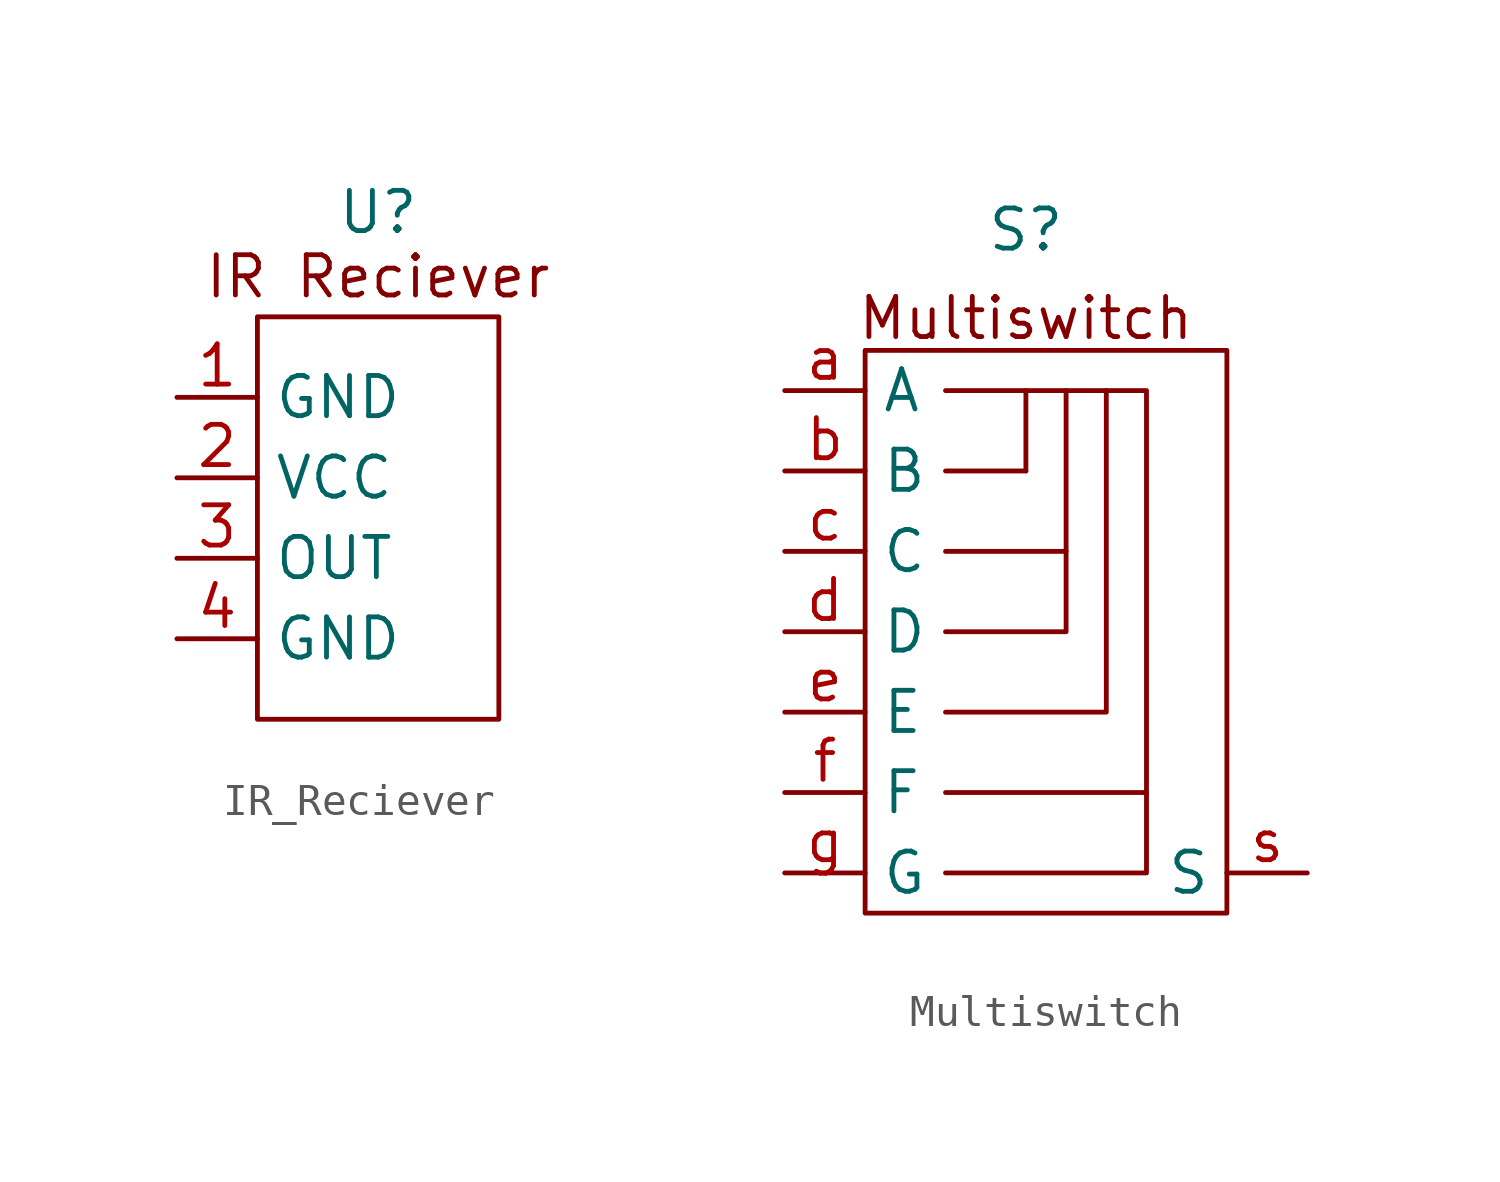
<source format=kicad_sym>
(kicad_symbol_lib
  (version 20231120)
  (generator "kicad_symbol_editor")
  (generator_version "8.0")
  (symbol "IR_Reciever"
    (property "Reference" "U"
      (at 0 2.032 0)
      (effects (font (size 1.27 1.27))))
    (property "Value" ""
      (at 0 0 0)
      (effects (font (size 1.27 1.27))))
    (symbol "IR_Reciever_0_1"
      (rectangle (start -3.81 -1.27) (end 3.81 -13.97) (stroke (width 0) (type default)) (fill (type none))))
    (symbol "IR_Reciever_1_1"
      (text "IR Reciever" (at 0 0 0) (effects (font (size 1.27 1.27))))
      (pin input line (at -6.35 -3.81 0) (length 2.54) (name "GND" (effects (font (size 1.27 1.27)))) (number "1" (effects (font (size 1.27 1.27)))))
      (pin input line (at -6.35 -6.35 0) (length 2.54) (name "VCC" (effects (font (size 1.27 1.27)))) (number "2" (effects (font (size 1.27 1.27)))))
      (pin input line (at -6.35 -8.89 0) (length 2.54) (name "OUT" (effects (font (size 1.27 1.27)))) (number "3" (effects (font (size 1.27 1.27)))))
      (pin input line (at -6.35 -11.43 0) (length 2.54) (name "GND" (effects (font (size 1.27 1.27)))) (number "4" (effects (font (size 1.27 1.27)))))))
  (symbol "Multiswitch"
    (property "Reference" "S"
      (at 0 0 0)
      (effects (font (size 1.27 1.27))))
    (property "Value" ""
      (at 0 0 0)
      (effects (font (size 1.27 1.27))))
    (symbol "Multiswitch_0_1"
      (rectangle (start -5.08 -3.81) (end 6.35 -21.59) (stroke (width 0) (type default)) (fill (type none)))
      (polyline (pts (xy -2.54 -17.78) (xy 3.81 -17.78)) (stroke (width 0) (type default)) (fill (type none)))
      (polyline (pts (xy 0 -7.62) (xy -2.54 -7.62)) (stroke (width 0) (type default)) (fill (type none)))
      (polyline (pts (xy 0 -5.08) (xy 0 -7.62)) (stroke (width 0) (type default)) (fill (type none)))
      (polyline (pts (xy 1.27 -10.16) (xy -2.54 -10.16)) (stroke (width 0) (type default)) (fill (type none)))
      (polyline (pts (xy 1.27 -5.08) (xy 1.27 -12.7) (xy -2.54 -12.7)) (stroke (width 0) (type default)) (fill (type none)))
      (polyline (pts (xy 2.54 -5.08) (xy 2.54 -15.24) (xy -2.54 -15.24)) (stroke (width 0) (type default)) (fill (type none)))
      (polyline (pts (xy -2.54 -5.08) (xy 3.81 -5.08) (xy 3.81 -20.32) (xy -2.54 -20.32)) (stroke (width 0) (type default)) (fill (type none))))
    (symbol "Multiswitch_1_1"
      (text "Multiswitch" (at 0 -2.794 0) (effects (font (size 1.27 1.27))))
      (pin input line (at -7.62 -5.08 0) (length 2.54) (name "A" (effects (font (size 1.27 1.27)))) (number "a" (effects (font (size 1.27 1.27)))))
      (pin input line (at -7.62 -7.62 0) (length 2.54) (name "B" (effects (font (size 1.27 1.27)))) (number "b" (effects (font (size 1.27 1.27)))))
      (pin input line (at -7.62 -10.16 0) (length 2.54) (name "C" (effects (font (size 1.27 1.27)))) (number "c" (effects (font (size 1.27 1.27)))))
      (pin input line (at -7.62 -12.7 0) (length 2.54) (name "D" (effects (font (size 1.27 1.27)))) (number "d" (effects (font (size 1.27 1.27)))))
      (pin input line (at -7.62 -15.24 0) (length 2.54) (name "E" (effects (font (size 1.27 1.27)))) (number "e" (effects (font (size 1.27 1.27)))))
      (pin input line (at -7.62 -17.78 0) (length 2.54) (name "F" (effects (font (size 1.27 1.27)))) (number "f" (effects (font (size 1.27 1.27)))))
      (pin input line (at -7.62 -20.32 0) (length 2.54) (name "G" (effects (font (size 1.27 1.27)))) (number "g" (effects (font (size 1.27 1.27)))))
      (pin input line (at 8.89 -20.32 180) (length 2.54) (name "S" (effects (font (size 1.27 1.27)))) (number "s" (effects (font (size 1.27 1.27))))))))
</source>
